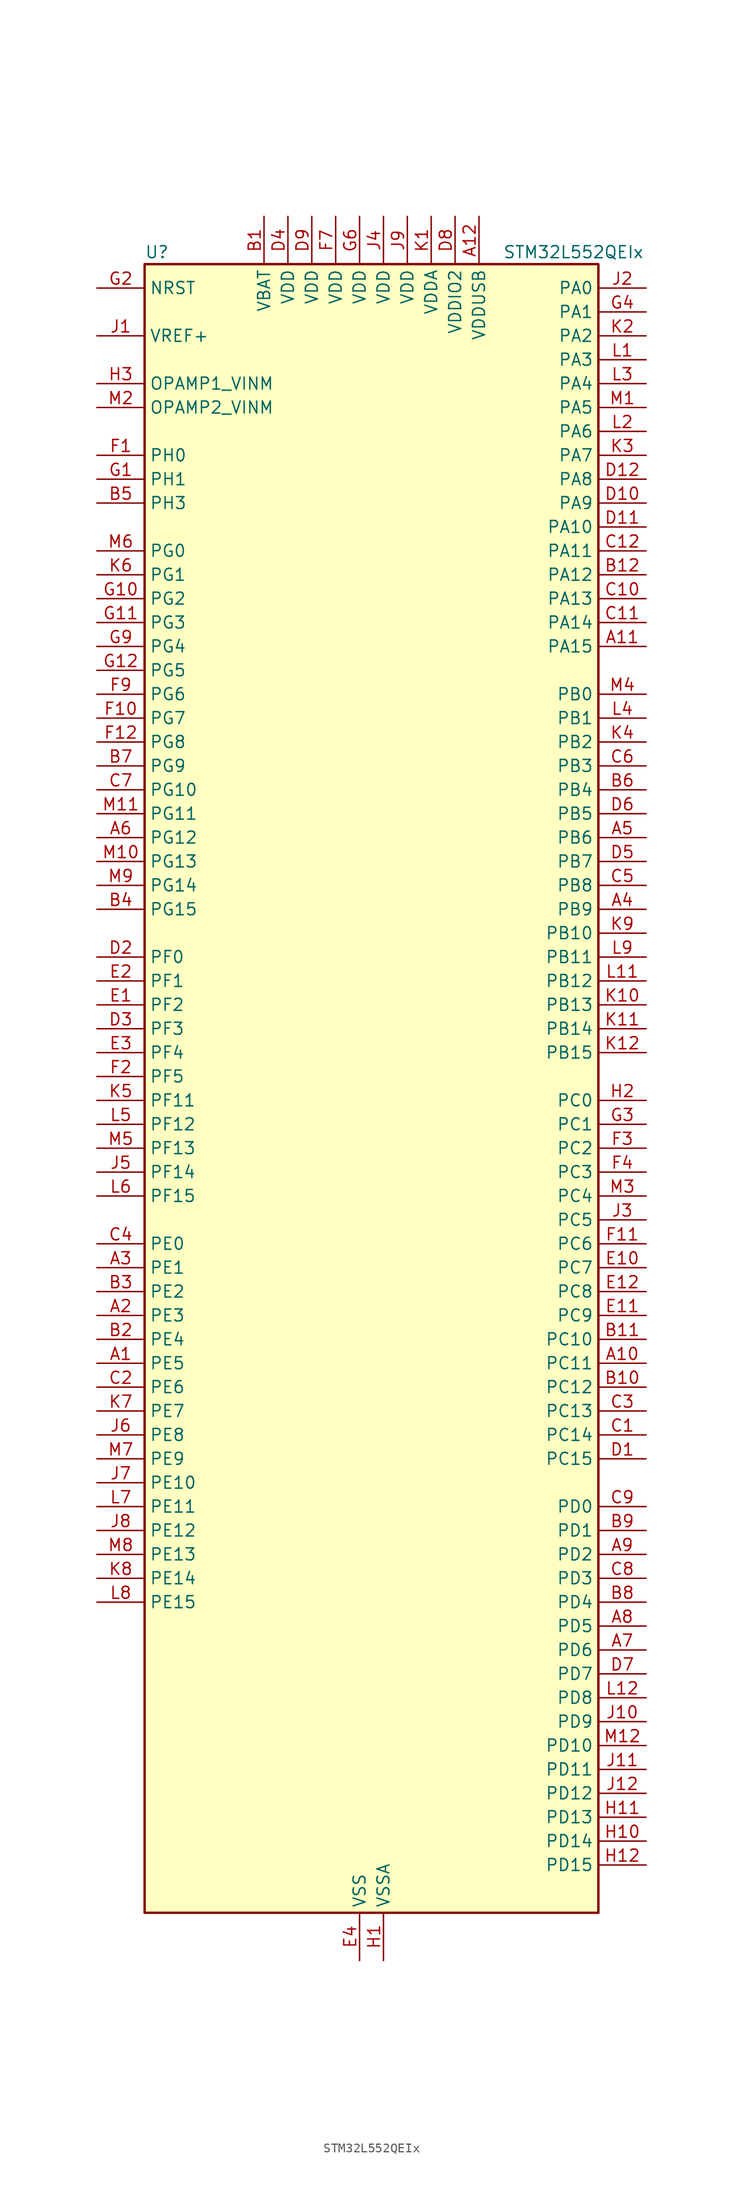
<source format=kicad_sym>
(kicad_symbol_lib
  (version 20231120)
  (generator "kicad_symbol_editor")
  (generator_version "8.0")
  (symbol "STM32L552QEIx"
    (property "Reference" "U"
      (at -22.86 90.17 0)
      (effects (font (size 1.27 1.27)) (justify left)))
    (property "Value" "STM32L552QEIx"
      (at 15.24 90.17 0)
      (effects (font (size 1.27 1.27)) (justify left)))
    (property "ki_locked" ""
      (at 0 0 0)
      (effects (font (size 1.27 1.27))))
    (symbol "STM32L552QEIx_0_1"
      (rectangle (start -22.86 -86.36) (end 25.4 88.9) (stroke (width 0.254) (type default)) (fill (type background))))
    (symbol "STM32L552QEIx_1_1"
      (pin bidirectional line (at -27.94 -27.94 0) (length 5.08) (name "PE5" (effects (font (size 1.27 1.27)))) (number "A1" (effects (font (size 1.27 1.27)))) (alternate "DEBUG_TRACED2" bidirectional line) (alternate "DFSDM1_CKIN3" bidirectional line) (alternate "FMC_A21" bidirectional line) (alternate "SAI1_CK2" bidirectional line) (alternate "SAI1_SCK_A" bidirectional line) (alternate "TIM3_CH3" bidirectional line) (alternate "TSC_G7_IO4" bidirectional line))
      (pin bidirectional line (at 30.48 -27.94 180) (length 5.08) (name "PC11" (effects (font (size 1.27 1.27)))) (number "A10" (effects (font (size 1.27 1.27)))) (alternate "ADC1_EXTI11" bidirectional line) (alternate "ADC2_EXTI11" bidirectional line) (alternate "LPTIM3_IN1" bidirectional line) (alternate "OCTOSPI1_NCS" bidirectional line) (alternate "SAI2_MCLK_B" bidirectional line) (alternate "SDMMC1_D3" bidirectional line) (alternate "SPI3_MISO" bidirectional line) (alternate "TSC_G3_IO3" bidirectional line) (alternate "UART4_RX" bidirectional line) (alternate "UCPD1_FRSTX2" bidirectional line) (alternate "USART3_RX" bidirectional line))
      (pin bidirectional line (at 30.48 48.26 180) (length 5.08) (name "PA15" (effects (font (size 1.27 1.27)))) (number "A11" (effects (font (size 1.27 1.27)))) (alternate "ADC1_EXTI15" bidirectional line) (alternate "ADC2_EXTI15" bidirectional line) (alternate "DEBUG_JTDI" bidirectional line) (alternate "SAI2_FS_B" bidirectional line) (alternate "SPI1_NSS" bidirectional line) (alternate "SPI3_NSS" bidirectional line) (alternate "TIM2_CH1" bidirectional line) (alternate "TIM2_ETR" bidirectional line) (alternate "UART4_DE" bidirectional line) (alternate "UART4_RTS" bidirectional line) (alternate "UCPD1_CC1" bidirectional line) (alternate "USART2_RX" bidirectional line) (alternate "USART3_DE" bidirectional line) (alternate "USART3_RTS" bidirectional line))
      (pin power_in line (at 12.7 93.98 270) (length 5.08) (name "VDDUSB" (effects (font (size 1.27 1.27)))) (number "A12" (effects (font (size 1.27 1.27)))))
      (pin bidirectional line (at -27.94 -22.86 0) (length 5.08) (name "PE3" (effects (font (size 1.27 1.27)))) (number "A2" (effects (font (size 1.27 1.27)))) (alternate "DEBUG_TRACED0" bidirectional line) (alternate "FMC_A19" bidirectional line) (alternate "OCTOSPI1_DQS" bidirectional line) (alternate "SAI1_SD_B" bidirectional line) (alternate "TIM3_CH1" bidirectional line) (alternate "TSC_G7_IO2" bidirectional line))
      (pin bidirectional line (at -27.94 -17.78 0) (length 5.08) (name "PE1" (effects (font (size 1.27 1.27)))) (number "A3" (effects (font (size 1.27 1.27)))) (alternate "FMC_NBL1" bidirectional line) (alternate "TIM17_CH1" bidirectional line))
      (pin bidirectional line (at 30.48 20.32 180) (length 5.08) (name "PB9" (effects (font (size 1.27 1.27)))) (number "A4" (effects (font (size 1.27 1.27)))) (alternate "DAC1_EXTI9" bidirectional line) (alternate "FDCAN1_TX" bidirectional line) (alternate "I2C1_SDA" bidirectional line) (alternate "IR_OUT" bidirectional line) (alternate "SAI1_D2" bidirectional line) (alternate "SAI1_FS_A" bidirectional line) (alternate "SDMMC1_CDIR" bidirectional line) (alternate "SDMMC1_D5" bidirectional line) (alternate "SPI2_NSS" bidirectional line) (alternate "TIM17_CH1" bidirectional line) (alternate "TIM4_CH4" bidirectional line))
      (pin bidirectional line (at 30.48 27.94 180) (length 5.08) (name "PB6" (effects (font (size 1.27 1.27)))) (number "A5" (effects (font (size 1.27 1.27)))) (alternate "COMP2_INP" bidirectional line) (alternate "I2C1_SCL" bidirectional line) (alternate "I2C4_SCL" bidirectional line) (alternate "LPTIM1_ETR" bidirectional line) (alternate "SAI1_FS_B" bidirectional line) (alternate "TIM16_CH1N" bidirectional line) (alternate "TIM4_CH1" bidirectional line) (alternate "TIM8_BKIN2" bidirectional line) (alternate "TSC_G2_IO3" bidirectional line) (alternate "USART1_TX" bidirectional line))
      (pin bidirectional line (at -27.94 27.94 0) (length 5.08) (name "PG12" (effects (font (size 1.27 1.27)))) (number "A6" (effects (font (size 1.27 1.27)))) (alternate "FMC_NE4" bidirectional line) (alternate "LPTIM1_ETR" bidirectional line) (alternate "SAI2_SD_A" bidirectional line) (alternate "SPI3_NSS" bidirectional line) (alternate "USART1_DE" bidirectional line) (alternate "USART1_RTS" bidirectional line))
      (pin bidirectional line (at 30.48 -58.42 180) (length 5.08) (name "PD6" (effects (font (size 1.27 1.27)))) (number "A7" (effects (font (size 1.27 1.27)))) (alternate "DFSDM1_DATIN1" bidirectional line) (alternate "FMC_NWAIT" bidirectional line) (alternate "OCTOSPI1_IO6" bidirectional line) (alternate "SAI1_D1" bidirectional line) (alternate "SAI1_SD_A" bidirectional line) (alternate "SPI3_MOSI" bidirectional line) (alternate "USART2_RX" bidirectional line))
      (pin bidirectional line (at 30.48 -55.88 180) (length 5.08) (name "PD5" (effects (font (size 1.27 1.27)))) (number "A8" (effects (font (size 1.27 1.27)))) (alternate "FMC_NWE" bidirectional line) (alternate "OCTOSPI1_IO5" bidirectional line) (alternate "USART2_TX" bidirectional line))
      (pin bidirectional line (at 30.48 -48.26 180) (length 5.08) (name "PD2" (effects (font (size 1.27 1.27)))) (number "A9" (effects (font (size 1.27 1.27)))) (alternate "DEBUG_TRACED2" bidirectional line) (alternate "SDMMC1_CMD" bidirectional line) (alternate "TIM3_ETR" bidirectional line) (alternate "TSC_SYNC" bidirectional line) (alternate "UART5_RX" bidirectional line) (alternate "USART3_DE" bidirectional line) (alternate "USART3_RTS" bidirectional line))
      (pin power_in line (at -10.16 93.98 270) (length 5.08) (name "VBAT" (effects (font (size 1.27 1.27)))) (number "B1" (effects (font (size 1.27 1.27)))))
      (pin bidirectional line (at 30.48 -30.48 180) (length 5.08) (name "PC12" (effects (font (size 1.27 1.27)))) (number "B10" (effects (font (size 1.27 1.27)))) (alternate "DEBUG_TRACED3" bidirectional line) (alternate "SAI2_SD_B" bidirectional line) (alternate "SDMMC1_CK" bidirectional line) (alternate "SPI3_MOSI" bidirectional line) (alternate "TSC_G3_IO4" bidirectional line) (alternate "UART5_TX" bidirectional line) (alternate "USART3_CK" bidirectional line))
      (pin bidirectional line (at 30.48 -25.4 180) (length 5.08) (name "PC10" (effects (font (size 1.27 1.27)))) (number "B11" (effects (font (size 1.27 1.27)))) (alternate "DEBUG_TRACED1" bidirectional line) (alternate "LPTIM3_ETR" bidirectional line) (alternate "SAI2_SCK_B" bidirectional line) (alternate "SDMMC1_D2" bidirectional line) (alternate "SPI3_SCK" bidirectional line) (alternate "TSC_G3_IO2" bidirectional line) (alternate "UART4_TX" bidirectional line) (alternate "USART3_TX" bidirectional line))
      (pin bidirectional line (at 30.48 55.88 180) (length 5.08) (name "PA12" (effects (font (size 1.27 1.27)))) (number "B12" (effects (font (size 1.27 1.27)))) (alternate "FDCAN1_TX" bidirectional line) (alternate "SPI1_MOSI" bidirectional line) (alternate "TIM1_ETR" bidirectional line) (alternate "USART1_DE" bidirectional line) (alternate "USART1_RTS" bidirectional line) (alternate "USB_DP" bidirectional line))
      (pin bidirectional line (at -27.94 -25.4 0) (length 5.08) (name "PE4" (effects (font (size 1.27 1.27)))) (number "B2" (effects (font (size 1.27 1.27)))) (alternate "DEBUG_TRACED1" bidirectional line) (alternate "DFSDM1_DATIN3" bidirectional line) (alternate "FMC_A20" bidirectional line) (alternate "SAI1_D2" bidirectional line) (alternate "SAI1_FS_A" bidirectional line) (alternate "TIM3_CH2" bidirectional line) (alternate "TSC_G7_IO3" bidirectional line))
      (pin bidirectional line (at -27.94 -20.32 0) (length 5.08) (name "PE2" (effects (font (size 1.27 1.27)))) (number "B3" (effects (font (size 1.27 1.27)))) (alternate "DEBUG_TRACECLK" bidirectional line) (alternate "FMC_A23" bidirectional line) (alternate "SAI1_CK1" bidirectional line) (alternate "SAI1_MCLK_A" bidirectional line) (alternate "TIM3_ETR" bidirectional line) (alternate "TSC_G7_IO1" bidirectional line))
      (pin bidirectional line (at -27.94 20.32 0) (length 5.08) (name "PG15" (effects (font (size 1.27 1.27)))) (number "B4" (effects (font (size 1.27 1.27)))) (alternate "ADC1_EXTI15" bidirectional line) (alternate "ADC2_EXTI15" bidirectional line) (alternate "I2C1_SMBA" bidirectional line) (alternate "LPTIM1_OUT" bidirectional line))
      (pin bidirectional line (at -27.94 63.5 0) (length 5.08) (name "PH3" (effects (font (size 1.27 1.27)))) (number "B5" (effects (font (size 1.27 1.27)))))
      (pin bidirectional line (at 30.48 33.02 180) (length 5.08) (name "PB4" (effects (font (size 1.27 1.27)))) (number "B6" (effects (font (size 1.27 1.27)))) (alternate "COMP2_INP" bidirectional line) (alternate "DEBUG_JTRST" bidirectional line) (alternate "I2C3_SDA" bidirectional line) (alternate "SAI1_MCLK_B" bidirectional line) (alternate "SPI1_MISO" bidirectional line) (alternate "SPI3_MISO" bidirectional line) (alternate "TIM17_BKIN" bidirectional line) (alternate "TIM3_CH1" bidirectional line) (alternate "TSC_G2_IO1" bidirectional line) (alternate "UART5_DE" bidirectional line) (alternate "UART5_RTS" bidirectional line) (alternate "USART1_CTS" bidirectional line) (alternate "USART1_NSS" bidirectional line))
      (pin bidirectional line (at -27.94 35.56 0) (length 5.08) (name "PG9" (effects (font (size 1.27 1.27)))) (number "B7" (effects (font (size 1.27 1.27)))) (alternate "DAC1_EXTI9" bidirectional line) (alternate "FMC_NCE" bidirectional line) (alternate "FMC_NE2" bidirectional line) (alternate "SAI2_SCK_A" bidirectional line) (alternate "SPI3_SCK" bidirectional line) (alternate "TIM15_CH1N" bidirectional line) (alternate "USART1_TX" bidirectional line))
      (pin bidirectional line (at 30.48 -53.34 180) (length 5.08) (name "PD4" (effects (font (size 1.27 1.27)))) (number "B8" (effects (font (size 1.27 1.27)))) (alternate "DFSDM1_CKIN0" bidirectional line) (alternate "FMC_NOE" bidirectional line) (alternate "OCTOSPI1_IO4" bidirectional line) (alternate "SPI2_MOSI" bidirectional line) (alternate "USART2_DE" bidirectional line) (alternate "USART2_RTS" bidirectional line))
      (pin bidirectional line (at 30.48 -45.72 180) (length 5.08) (name "PD1" (effects (font (size 1.27 1.27)))) (number "B9" (effects (font (size 1.27 1.27)))) (alternate "FDCAN1_TX" bidirectional line) (alternate "FMC_D3" bidirectional line) (alternate "FMC_DA3" bidirectional line) (alternate "SPI2_SCK" bidirectional line))
      (pin bidirectional line (at 30.48 -35.56 180) (length 5.08) (name "PC14" (effects (font (size 1.27 1.27)))) (number "C1" (effects (font (size 1.27 1.27)))) (alternate "RCC_OSC32_IN" bidirectional line))
      (pin bidirectional line (at 30.48 53.34 180) (length 5.08) (name "PA13" (effects (font (size 1.27 1.27)))) (number "C10" (effects (font (size 1.27 1.27)))) (alternate "DEBUG_JTMS-SWDIO" bidirectional line) (alternate "IR_OUT" bidirectional line) (alternate "SAI1_SD_B" bidirectional line) (alternate "USB_NOE" bidirectional line))
      (pin bidirectional line (at 30.48 50.8 180) (length 5.08) (name "PA14" (effects (font (size 1.27 1.27)))) (number "C11" (effects (font (size 1.27 1.27)))) (alternate "DEBUG_JTCK-SWCLK" bidirectional line) (alternate "I2C1_SMBA" bidirectional line) (alternate "I2C4_SMBA" bidirectional line) (alternate "LPTIM1_OUT" bidirectional line) (alternate "SAI1_FS_B" bidirectional line))
      (pin bidirectional line (at 30.48 58.42 180) (length 5.08) (name "PA11" (effects (font (size 1.27 1.27)))) (number "C12" (effects (font (size 1.27 1.27)))) (alternate "ADC1_EXTI11" bidirectional line) (alternate "ADC2_EXTI11" bidirectional line) (alternate "FDCAN1_RX" bidirectional line) (alternate "SPI1_MISO" bidirectional line) (alternate "TIM1_BKIN2" bidirectional line) (alternate "TIM1_CH4" bidirectional line) (alternate "USART1_CTS" bidirectional line) (alternate "USART1_NSS" bidirectional line) (alternate "USB_DM" bidirectional line))
      (pin bidirectional line (at -27.94 -30.48 0) (length 5.08) (name "PE6" (effects (font (size 1.27 1.27)))) (number "C2" (effects (font (size 1.27 1.27)))) (alternate "DEBUG_TRACED3" bidirectional line) (alternate "FMC_A22" bidirectional line) (alternate "PWR_WKUP3" bidirectional line) (alternate "SAI1_D1" bidirectional line) (alternate "SAI1_SD_A" bidirectional line) (alternate "TAMP_IN3" bidirectional line) (alternate "TAMP_OUT6" bidirectional line) (alternate "TIM3_CH4" bidirectional line))
      (pin bidirectional line (at 30.48 -33.02 180) (length 5.08) (name "PC13" (effects (font (size 1.27 1.27)))) (number "C3" (effects (font (size 1.27 1.27)))) (alternate "PWR_WKUP2" bidirectional line) (alternate "RTC_OUT1" bidirectional line) (alternate "RTC_TS" bidirectional line) (alternate "TAMP_IN1" bidirectional line) (alternate "TAMP_OUT2" bidirectional line))
      (pin bidirectional line (at -27.94 -15.24 0) (length 5.08) (name "PE0" (effects (font (size 1.27 1.27)))) (number "C4" (effects (font (size 1.27 1.27)))) (alternate "FMC_NBL0" bidirectional line) (alternate "TIM16_CH1" bidirectional line) (alternate "TIM4_ETR" bidirectional line))
      (pin bidirectional line (at 30.48 22.86 180) (length 5.08) (name "PB8" (effects (font (size 1.27 1.27)))) (number "C5" (effects (font (size 1.27 1.27)))) (alternate "DFSDM1_CKOUT" bidirectional line) (alternate "FDCAN1_RX" bidirectional line) (alternate "I2C1_SCL" bidirectional line) (alternate "SAI1_CK1" bidirectional line) (alternate "SAI1_MCLK_A" bidirectional line) (alternate "SDMMC1_CKIN" bidirectional line) (alternate "SDMMC1_D4" bidirectional line) (alternate "TIM16_CH1" bidirectional line) (alternate "TIM4_CH3" bidirectional line))
      (pin bidirectional line (at 30.48 35.56 180) (length 5.08) (name "PB3" (effects (font (size 1.27 1.27)))) (number "C6" (effects (font (size 1.27 1.27)))) (alternate "COMP2_INM" bidirectional line) (alternate "CRS_SYNC" bidirectional line) (alternate "DEBUG_JTDO-SWO" bidirectional line) (alternate "SAI1_SCK_B" bidirectional line) (alternate "SPI1_SCK" bidirectional line) (alternate "SPI3_SCK" bidirectional line) (alternate "TIM2_CH2" bidirectional line) (alternate "USART1_DE" bidirectional line) (alternate "USART1_RTS" bidirectional line))
      (pin bidirectional line (at -27.94 33.02 0) (length 5.08) (name "PG10" (effects (font (size 1.27 1.27)))) (number "C7" (effects (font (size 1.27 1.27)))) (alternate "FMC_NE3" bidirectional line) (alternate "LPTIM1_IN1" bidirectional line) (alternate "SAI2_FS_A" bidirectional line) (alternate "SPI3_MISO" bidirectional line) (alternate "TIM15_CH1" bidirectional line) (alternate "USART1_RX" bidirectional line))
      (pin bidirectional line (at 30.48 -50.8 180) (length 5.08) (name "PD3" (effects (font (size 1.27 1.27)))) (number "C8" (effects (font (size 1.27 1.27)))) (alternate "DFSDM1_DATIN0" bidirectional line) (alternate "FMC_CLK" bidirectional line) (alternate "SPI2_MISO" bidirectional line) (alternate "SPI2_SCK" bidirectional line) (alternate "USART2_CTS" bidirectional line) (alternate "USART2_NSS" bidirectional line))
      (pin bidirectional line (at 30.48 -43.18 180) (length 5.08) (name "PD0" (effects (font (size 1.27 1.27)))) (number "C9" (effects (font (size 1.27 1.27)))) (alternate "FDCAN1_RX" bidirectional line) (alternate "FMC_D2" bidirectional line) (alternate "FMC_DA2" bidirectional line) (alternate "SPI2_NSS" bidirectional line))
      (pin bidirectional line (at 30.48 -38.1 180) (length 5.08) (name "PC15" (effects (font (size 1.27 1.27)))) (number "D1" (effects (font (size 1.27 1.27)))) (alternate "ADC1_EXTI15" bidirectional line) (alternate "ADC2_EXTI15" bidirectional line) (alternate "RCC_OSC32_OUT" bidirectional line))
      (pin bidirectional line (at 30.48 63.5 180) (length 5.08) (name "PA9" (effects (font (size 1.27 1.27)))) (number "D10" (effects (font (size 1.27 1.27)))) (alternate "DAC1_EXTI9" bidirectional line) (alternate "SAI1_FS_A" bidirectional line) (alternate "SPI2_SCK" bidirectional line) (alternate "TIM15_BKIN" bidirectional line) (alternate "TIM1_CH2" bidirectional line) (alternate "USART1_TX" bidirectional line))
      (pin bidirectional line (at 30.48 60.96 180) (length 5.08) (name "PA10" (effects (font (size 1.27 1.27)))) (number "D11" (effects (font (size 1.27 1.27)))) (alternate "CRS_SYNC" bidirectional line) (alternate "SAI1_D1" bidirectional line) (alternate "SAI1_SD_A" bidirectional line) (alternate "TIM17_BKIN" bidirectional line) (alternate "TIM1_CH3" bidirectional line) (alternate "USART1_RX" bidirectional line))
      (pin bidirectional line (at 30.48 66.04 180) (length 5.08) (name "PA8" (effects (font (size 1.27 1.27)))) (number "D12" (effects (font (size 1.27 1.27)))) (alternate "LPTIM2_OUT" bidirectional line) (alternate "RCC_MCO" bidirectional line) (alternate "SAI1_CK2" bidirectional line) (alternate "SAI1_SCK_A" bidirectional line) (alternate "TIM1_CH1" bidirectional line) (alternate "USART1_CK" bidirectional line))
      (pin bidirectional line (at -27.94 15.24 0) (length 5.08) (name "PF0" (effects (font (size 1.27 1.27)))) (number "D2" (effects (font (size 1.27 1.27)))) (alternate "FMC_A0" bidirectional line) (alternate "I2C2_SDA" bidirectional line))
      (pin bidirectional line (at -27.94 7.62 0) (length 5.08) (name "PF3" (effects (font (size 1.27 1.27)))) (number "D3" (effects (font (size 1.27 1.27)))) (alternate "FMC_A3" bidirectional line) (alternate "LPTIM3_IN1" bidirectional line))
      (pin power_in line (at -7.62 93.98 270) (length 5.08) (name "VDD" (effects (font (size 1.27 1.27)))) (number "D4" (effects (font (size 1.27 1.27)))))
      (pin bidirectional line (at 30.48 25.4 180) (length 5.08) (name "PB7" (effects (font (size 1.27 1.27)))) (number "D5" (effects (font (size 1.27 1.27)))) (alternate "COMP2_INM" bidirectional line) (alternate "FMC_NL" bidirectional line) (alternate "I2C1_SDA" bidirectional line) (alternate "I2C4_SDA" bidirectional line) (alternate "LPTIM1_IN2" bidirectional line) (alternate "PWR_PVD_IN" bidirectional line) (alternate "TIM17_CH1N" bidirectional line) (alternate "TIM4_CH2" bidirectional line) (alternate "TIM8_BKIN" bidirectional line) (alternate "TSC_G2_IO4" bidirectional line) (alternate "UART4_CTS" bidirectional line) (alternate "USART1_RX" bidirectional line))
      (pin bidirectional line (at 30.48 30.48 180) (length 5.08) (name "PB5" (effects (font (size 1.27 1.27)))) (number "D6" (effects (font (size 1.27 1.27)))) (alternate "COMP2_OUT" bidirectional line) (alternate "I2C1_SMBA" bidirectional line) (alternate "LPTIM1_IN1" bidirectional line) (alternate "OCTOSPI1_NCLK" bidirectional line) (alternate "SAI1_SD_B" bidirectional line) (alternate "SPI1_MOSI" bidirectional line) (alternate "SPI3_MOSI" bidirectional line) (alternate "TIM16_BKIN" bidirectional line) (alternate "TIM3_CH2" bidirectional line) (alternate "TSC_G2_IO2" bidirectional line) (alternate "UART5_CTS" bidirectional line) (alternate "UCPD1_DBCC1" bidirectional line) (alternate "USART1_CK" bidirectional line))
      (pin bidirectional line (at 30.48 -60.96 180) (length 5.08) (name "PD7" (effects (font (size 1.27 1.27)))) (number "D7" (effects (font (size 1.27 1.27)))) (alternate "DFSDM1_CKIN1" bidirectional line) (alternate "FMC_NCE" bidirectional line) (alternate "FMC_NE1" bidirectional line) (alternate "OCTOSPI1_IO7" bidirectional line) (alternate "USART2_CK" bidirectional line))
      (pin power_in line (at 10.16 93.98 270) (length 5.08) (name "VDDIO2" (effects (font (size 1.27 1.27)))) (number "D8" (effects (font (size 1.27 1.27)))))
      (pin power_in line (at -5.08 93.98 270) (length 5.08) (name "VDD" (effects (font (size 1.27 1.27)))) (number "D9" (effects (font (size 1.27 1.27)))))
      (pin bidirectional line (at -27.94 10.16 0) (length 5.08) (name "PF2" (effects (font (size 1.27 1.27)))) (number "E1" (effects (font (size 1.27 1.27)))) (alternate "FMC_A2" bidirectional line) (alternate "I2C2_SMBA" bidirectional line))
      (pin bidirectional line (at 30.48 -17.78 180) (length 5.08) (name "PC7" (effects (font (size 1.27 1.27)))) (number "E10" (effects (font (size 1.27 1.27)))) (alternate "DFSDM1_DATIN3" bidirectional line) (alternate "SAI2_MCLK_B" bidirectional line) (alternate "SDMMC1_D123DIR" bidirectional line) (alternate "SDMMC1_D7" bidirectional line) (alternate "TIM3_CH2" bidirectional line) (alternate "TIM8_CH2" bidirectional line) (alternate "TSC_G4_IO2" bidirectional line))
      (pin bidirectional line (at 30.48 -22.86 180) (length 5.08) (name "PC9" (effects (font (size 1.27 1.27)))) (number "E11" (effects (font (size 1.27 1.27)))) (alternate "DAC1_EXTI9" bidirectional line) (alternate "DEBUG_TRACED0" bidirectional line) (alternate "SAI2_EXTCLK" bidirectional line) (alternate "SDMMC1_D1" bidirectional line) (alternate "TIM3_CH4" bidirectional line) (alternate "TIM8_BKIN2" bidirectional line) (alternate "TIM8_CH4" bidirectional line) (alternate "TSC_G4_IO4" bidirectional line) (alternate "USB_NOE" bidirectional line))
      (pin bidirectional line (at 30.48 -20.32 180) (length 5.08) (name "PC8" (effects (font (size 1.27 1.27)))) (number "E12" (effects (font (size 1.27 1.27)))) (alternate "SDMMC1_D0" bidirectional line) (alternate "TIM3_CH3" bidirectional line) (alternate "TIM8_CH3" bidirectional line) (alternate "TSC_G4_IO3" bidirectional line))
      (pin bidirectional line (at -27.94 12.7 0) (length 5.08) (name "PF1" (effects (font (size 1.27 1.27)))) (number "E2" (effects (font (size 1.27 1.27)))) (alternate "FMC_A1" bidirectional line) (alternate "I2C2_SCL" bidirectional line))
      (pin bidirectional line (at -27.94 5.08 0) (length 5.08) (name "PF4" (effects (font (size 1.27 1.27)))) (number "E3" (effects (font (size 1.27 1.27)))) (alternate "FMC_A4" bidirectional line) (alternate "LPTIM3_ETR" bidirectional line))
      (pin power_in line (at 0 -91.44 90) (length 5.08) (name "VSS" (effects (font (size 1.27 1.27)))) (number "E4" (effects (font (size 1.27 1.27)))))
      (pin passive line (at 0 -91.44 90) (length 5.08) hide (name "VSS" (effects (font (size 1.27 1.27)))) (number "E9" (effects (font (size 1.27 1.27)))))
      (pin bidirectional line (at -27.94 68.58 0) (length 5.08) (name "PH0" (effects (font (size 1.27 1.27)))) (number "F1" (effects (font (size 1.27 1.27)))) (alternate "RCC_OSC_IN" bidirectional line))
      (pin bidirectional line (at -27.94 40.64 0) (length 5.08) (name "PG7" (effects (font (size 1.27 1.27)))) (number "F10" (effects (font (size 1.27 1.27)))) (alternate "DFSDM1_CKOUT" bidirectional line) (alternate "FMC_INT" bidirectional line) (alternate "I2C3_SCL" bidirectional line) (alternate "LPUART1_TX" bidirectional line) (alternate "SAI1_CK1" bidirectional line) (alternate "SAI1_MCLK_A" bidirectional line) (alternate "UCPD1_FRSTX2" bidirectional line))
      (pin bidirectional line (at 30.48 -15.24 180) (length 5.08) (name "PC6" (effects (font (size 1.27 1.27)))) (number "F11" (effects (font (size 1.27 1.27)))) (alternate "DFSDM1_CKIN3" bidirectional line) (alternate "SAI2_MCLK_A" bidirectional line) (alternate "SDMMC1_D0DIR" bidirectional line) (alternate "SDMMC1_D6" bidirectional line) (alternate "TIM3_CH1" bidirectional line) (alternate "TIM8_CH1" bidirectional line) (alternate "TSC_G4_IO1" bidirectional line))
      (pin bidirectional line (at -27.94 38.1 0) (length 5.08) (name "PG8" (effects (font (size 1.27 1.27)))) (number "F12" (effects (font (size 1.27 1.27)))) (alternate "I2C3_SDA" bidirectional line) (alternate "LPUART1_RX" bidirectional line))
      (pin bidirectional line (at -27.94 2.54 0) (length 5.08) (name "PF5" (effects (font (size 1.27 1.27)))) (number "F2" (effects (font (size 1.27 1.27)))) (alternate "FMC_A5" bidirectional line) (alternate "LPTIM3_OUT" bidirectional line))
      (pin bidirectional line (at 30.48 -5.08 180) (length 5.08) (name "PC2" (effects (font (size 1.27 1.27)))) (number "F3" (effects (font (size 1.27 1.27)))) (alternate "ADC1_IN3" bidirectional line) (alternate "ADC2_IN3" bidirectional line) (alternate "DFSDM1_CKOUT" bidirectional line) (alternate "LPTIM1_IN2" bidirectional line) (alternate "OCTOSPI1_IO5" bidirectional line) (alternate "SPI2_MISO" bidirectional line))
      (pin bidirectional line (at 30.48 -7.62 180) (length 5.08) (name "PC3" (effects (font (size 1.27 1.27)))) (number "F4" (effects (font (size 1.27 1.27)))) (alternate "ADC1_IN4" bidirectional line) (alternate "ADC2_IN4" bidirectional line) (alternate "LPTIM1_ETR" bidirectional line) (alternate "LPTIM2_ETR" bidirectional line) (alternate "LPTIM3_OUT" bidirectional line) (alternate "OCTOSPI1_IO6" bidirectional line) (alternate "SAI1_D1" bidirectional line) (alternate "SAI1_SD_A" bidirectional line) (alternate "SPI2_MOSI" bidirectional line))
      (pin passive line (at 0 -91.44 90) (length 5.08) hide (name "VSS" (effects (font (size 1.27 1.27)))) (number "F6" (effects (font (size 1.27 1.27)))))
      (pin power_in line (at -2.54 93.98 270) (length 5.08) (name "VDD" (effects (font (size 1.27 1.27)))) (number "F7" (effects (font (size 1.27 1.27)))))
      (pin bidirectional line (at -27.94 43.18 0) (length 5.08) (name "PG6" (effects (font (size 1.27 1.27)))) (number "F9" (effects (font (size 1.27 1.27)))) (alternate "I2C3_SMBA" bidirectional line) (alternate "LPUART1_DE" bidirectional line) (alternate "LPUART1_RTS" bidirectional line) (alternate "OCTOSPI1_DQS" bidirectional line) (alternate "UCPD1_FRSTX1" bidirectional line))
      (pin bidirectional line (at -27.94 66.04 0) (length 5.08) (name "PH1" (effects (font (size 1.27 1.27)))) (number "G1" (effects (font (size 1.27 1.27)))) (alternate "RCC_OSC_OUT" bidirectional line))
      (pin bidirectional line (at -27.94 53.34 0) (length 5.08) (name "PG2" (effects (font (size 1.27 1.27)))) (number "G10" (effects (font (size 1.27 1.27)))) (alternate "FMC_A12" bidirectional line) (alternate "SAI2_SCK_B" bidirectional line) (alternate "SPI1_SCK" bidirectional line))
      (pin bidirectional line (at -27.94 50.8 0) (length 5.08) (name "PG3" (effects (font (size 1.27 1.27)))) (number "G11" (effects (font (size 1.27 1.27)))) (alternate "FMC_A13" bidirectional line) (alternate "SAI2_FS_B" bidirectional line) (alternate "SPI1_MISO" bidirectional line))
      (pin bidirectional line (at -27.94 45.72 0) (length 5.08) (name "PG5" (effects (font (size 1.27 1.27)))) (number "G12" (effects (font (size 1.27 1.27)))) (alternate "FMC_A15" bidirectional line) (alternate "LPUART1_CTS" bidirectional line) (alternate "SAI2_SD_B" bidirectional line) (alternate "SPI1_NSS" bidirectional line))
      (pin input line (at -27.94 86.36 0) (length 5.08) (name "NRST" (effects (font (size 1.27 1.27)))) (number "G2" (effects (font (size 1.27 1.27)))))
      (pin bidirectional line (at 30.48 -2.54 180) (length 5.08) (name "PC1" (effects (font (size 1.27 1.27)))) (number "G3" (effects (font (size 1.27 1.27)))) (alternate "ADC1_IN2" bidirectional line) (alternate "ADC2_IN2" bidirectional line) (alternate "DEBUG_TRACED0" bidirectional line) (alternate "I2C3_SDA" bidirectional line) (alternate "LPTIM1_OUT" bidirectional line) (alternate "LPUART1_TX" bidirectional line) (alternate "OCTOSPI1_IO4" bidirectional line) (alternate "SAI1_SD_A" bidirectional line) (alternate "SPI2_MOSI" bidirectional line))
      (pin bidirectional line (at 30.48 83.82 180) (length 5.08) (name "PA1" (effects (font (size 1.27 1.27)))) (number "G4" (effects (font (size 1.27 1.27)))) (alternate "ADC1_IN6" bidirectional line) (alternate "ADC2_IN6" bidirectional line) (alternate "I2C1_SMBA" bidirectional line) (alternate "OCTOSPI1_DQS" bidirectional line) (alternate "OPAMP1_VINM" bidirectional line) (alternate "SPI1_SCK" bidirectional line) (alternate "TAMP_IN5" bidirectional line) (alternate "TAMP_OUT4" bidirectional line) (alternate "TIM15_CH1N" bidirectional line) (alternate "TIM2_CH2" bidirectional line) (alternate "TIM5_CH2" bidirectional line) (alternate "UART4_RX" bidirectional line) (alternate "USART2_DE" bidirectional line) (alternate "USART2_RTS" bidirectional line))
      (pin power_in line (at 0 93.98 270) (length 5.08) (name "VDD" (effects (font (size 1.27 1.27)))) (number "G6" (effects (font (size 1.27 1.27)))))
      (pin passive line (at 0 -91.44 90) (length 5.08) hide (name "VSS" (effects (font (size 1.27 1.27)))) (number "G7" (effects (font (size 1.27 1.27)))))
      (pin bidirectional line (at -27.94 48.26 0) (length 5.08) (name "PG4" (effects (font (size 1.27 1.27)))) (number "G9" (effects (font (size 1.27 1.27)))) (alternate "FMC_A14" bidirectional line) (alternate "SAI2_MCLK_B" bidirectional line) (alternate "SPI1_MOSI" bidirectional line))
      (pin power_in line (at 2.54 -91.44 90) (length 5.08) (name "VSSA" (effects (font (size 1.27 1.27)))) (number "H1" (effects (font (size 1.27 1.27)))))
      (pin bidirectional line (at 30.48 -78.74 180) (length 5.08) (name "PD14" (effects (font (size 1.27 1.27)))) (number "H10" (effects (font (size 1.27 1.27)))) (alternate "FMC_D0" bidirectional line) (alternate "FMC_DA0" bidirectional line) (alternate "TIM4_CH3" bidirectional line))
      (pin bidirectional line (at 30.48 -76.2 180) (length 5.08) (name "PD13" (effects (font (size 1.27 1.27)))) (number "H11" (effects (font (size 1.27 1.27)))) (alternate "FMC_A18" bidirectional line) (alternate "I2C4_SDA" bidirectional line) (alternate "LPTIM2_OUT" bidirectional line) (alternate "TIM4_CH2" bidirectional line) (alternate "TSC_G6_IO4" bidirectional line))
      (pin bidirectional line (at 30.48 -81.28 180) (length 5.08) (name "PD15" (effects (font (size 1.27 1.27)))) (number "H12" (effects (font (size 1.27 1.27)))) (alternate "ADC1_EXTI15" bidirectional line) (alternate "ADC2_EXTI15" bidirectional line) (alternate "FMC_D1" bidirectional line) (alternate "FMC_DA1" bidirectional line) (alternate "TIM4_CH4" bidirectional line))
      (pin bidirectional line (at 30.48 0 180) (length 5.08) (name "PC0" (effects (font (size 1.27 1.27)))) (number "H2" (effects (font (size 1.27 1.27)))) (alternate "ADC1_IN1" bidirectional line) (alternate "ADC2_IN1" bidirectional line) (alternate "I2C3_SCL" bidirectional line) (alternate "LPTIM1_IN1" bidirectional line) (alternate "LPTIM2_IN1" bidirectional line) (alternate "LPUART1_RX" bidirectional line) (alternate "OCTOSPI1_IO7" bidirectional line) (alternate "SAI2_FS_A" bidirectional line) (alternate "SDMMC1_D5" bidirectional line))
      (pin bidirectional line (at -27.94 76.2 0) (length 5.08) (name "OPAMP1_VINM" (effects (font (size 1.27 1.27)))) (number "H3" (effects (font (size 1.27 1.27)))) (alternate "OPAMP1_VINM" bidirectional line))
      (pin passive line (at 0 -91.44 90) (length 5.08) hide (name "VSS" (effects (font (size 1.27 1.27)))) (number "H4" (effects (font (size 1.27 1.27)))))
      (pin passive line (at 0 -91.44 90) (length 5.08) hide (name "VSS" (effects (font (size 1.27 1.27)))) (number "H9" (effects (font (size 1.27 1.27)))))
      (pin input line (at -27.94 81.28 0) (length 5.08) (name "VREF+" (effects (font (size 1.27 1.27)))) (number "J1" (effects (font (size 1.27 1.27)))) (alternate "VREFBUF_OUT" bidirectional line))
      (pin bidirectional line (at 30.48 -66.04 180) (length 5.08) (name "PD9" (effects (font (size 1.27 1.27)))) (number "J10" (effects (font (size 1.27 1.27)))) (alternate "DAC1_EXTI9" bidirectional line) (alternate "FMC_D14" bidirectional line) (alternate "FMC_DA14" bidirectional line) (alternate "SAI2_MCLK_A" bidirectional line) (alternate "USART3_RX" bidirectional line))
      (pin bidirectional line (at 30.48 -71.12 180) (length 5.08) (name "PD11" (effects (font (size 1.27 1.27)))) (number "J11" (effects (font (size 1.27 1.27)))) (alternate "ADC1_EXTI11" bidirectional line) (alternate "ADC2_EXTI11" bidirectional line) (alternate "FMC_A16" bidirectional line) (alternate "FMC_CLE" bidirectional line) (alternate "I2C4_SMBA" bidirectional line) (alternate "LPTIM2_ETR" bidirectional line) (alternate "SAI2_SD_A" bidirectional line) (alternate "TSC_G6_IO2" bidirectional line) (alternate "USART3_CTS" bidirectional line) (alternate "USART3_NSS" bidirectional line))
      (pin bidirectional line (at 30.48 -73.66 180) (length 5.08) (name "PD12" (effects (font (size 1.27 1.27)))) (number "J12" (effects (font (size 1.27 1.27)))) (alternate "FMC_A17" bidirectional line) (alternate "FMC_ALE" bidirectional line) (alternate "I2C4_SCL" bidirectional line) (alternate "LPTIM2_IN1" bidirectional line) (alternate "SAI2_FS_A" bidirectional line) (alternate "TIM4_CH1" bidirectional line) (alternate "TSC_G6_IO3" bidirectional line) (alternate "USART3_DE" bidirectional line) (alternate "USART3_RTS" bidirectional line))
      (pin bidirectional line (at 30.48 86.36 180) (length 5.08) (name "PA0" (effects (font (size 1.27 1.27)))) (number "J2" (effects (font (size 1.27 1.27)))) (alternate "ADC1_IN5" bidirectional line) (alternate "ADC2_IN5" bidirectional line) (alternate "OPAMP1_VINP" bidirectional line) (alternate "PWR_WKUP1" bidirectional line) (alternate "SAI1_EXTCLK" bidirectional line) (alternate "TAMP_IN2" bidirectional line) (alternate "TAMP_OUT1" bidirectional line) (alternate "TIM2_CH1" bidirectional line) (alternate "TIM2_ETR" bidirectional line) (alternate "TIM5_CH1" bidirectional line) (alternate "TIM8_ETR" bidirectional line) (alternate "UART4_TX" bidirectional line) (alternate "USART2_CTS" bidirectional line) (alternate "USART2_NSS" bidirectional line))
      (pin bidirectional line (at 30.48 -12.7 180) (length 5.08) (name "PC5" (effects (font (size 1.27 1.27)))) (number "J3" (effects (font (size 1.27 1.27)))) (alternate "ADC1_IN14" bidirectional line) (alternate "ADC2_IN14" bidirectional line) (alternate "COMP1_INP" bidirectional line) (alternate "PWR_WKUP5" bidirectional line) (alternate "SAI1_D3" bidirectional line) (alternate "TAMP_IN4" bidirectional line) (alternate "TAMP_OUT5" bidirectional line) (alternate "USART3_RX" bidirectional line))
      (pin power_in line (at 2.54 93.98 270) (length 5.08) (name "VDD" (effects (font (size 1.27 1.27)))) (number "J4" (effects (font (size 1.27 1.27)))))
      (pin bidirectional line (at -27.94 -7.62 0) (length 5.08) (name "PF14" (effects (font (size 1.27 1.27)))) (number "J5" (effects (font (size 1.27 1.27)))) (alternate "FMC_A8" bidirectional line) (alternate "I2C4_SCL" bidirectional line) (alternate "TSC_G8_IO1" bidirectional line))
      (pin bidirectional line (at -27.94 -35.56 0) (length 5.08) (name "PE8" (effects (font (size 1.27 1.27)))) (number "J6" (effects (font (size 1.27 1.27)))) (alternate "DFSDM1_CKIN2" bidirectional line) (alternate "FMC_D5" bidirectional line) (alternate "FMC_DA5" bidirectional line) (alternate "SAI1_SCK_B" bidirectional line) (alternate "TIM1_CH1N" bidirectional line))
      (pin bidirectional line (at -27.94 -40.64 0) (length 5.08) (name "PE10" (effects (font (size 1.27 1.27)))) (number "J7" (effects (font (size 1.27 1.27)))) (alternate "FMC_D7" bidirectional line) (alternate "FMC_DA7" bidirectional line) (alternate "OCTOSPI1_CLK" bidirectional line) (alternate "SAI1_MCLK_B" bidirectional line) (alternate "TIM1_CH2N" bidirectional line) (alternate "TSC_G5_IO1" bidirectional line))
      (pin bidirectional line (at -27.94 -45.72 0) (length 5.08) (name "PE12" (effects (font (size 1.27 1.27)))) (number "J8" (effects (font (size 1.27 1.27)))) (alternate "FMC_D9" bidirectional line) (alternate "FMC_DA9" bidirectional line) (alternate "OCTOSPI1_IO0" bidirectional line) (alternate "SPI1_NSS" bidirectional line) (alternate "TIM1_CH3N" bidirectional line) (alternate "TSC_G5_IO3" bidirectional line))
      (pin power_in line (at 5.08 93.98 270) (length 5.08) (name "VDD" (effects (font (size 1.27 1.27)))) (number "J9" (effects (font (size 1.27 1.27)))))
      (pin power_in line (at 7.62 93.98 270) (length 5.08) (name "VDDA" (effects (font (size 1.27 1.27)))) (number "K1" (effects (font (size 1.27 1.27)))))
      (pin bidirectional line (at 30.48 10.16 180) (length 5.08) (name "PB13" (effects (font (size 1.27 1.27)))) (number "K10" (effects (font (size 1.27 1.27)))) (alternate "DFSDM1_CKIN1" bidirectional line) (alternate "I2C2_SCL" bidirectional line) (alternate "LPTIM3_IN1" bidirectional line) (alternate "LPUART1_CTS" bidirectional line) (alternate "SAI2_SCK_A" bidirectional line) (alternate "SPI2_SCK" bidirectional line) (alternate "TIM15_CH1N" bidirectional line) (alternate "TIM1_CH1N" bidirectional line) (alternate "TSC_G1_IO2" bidirectional line) (alternate "UCPD1_FRSTX2" bidirectional line) (alternate "USART3_CTS" bidirectional line) (alternate "USART3_NSS" bidirectional line))
      (pin bidirectional line (at 30.48 7.62 180) (length 5.08) (name "PB14" (effects (font (size 1.27 1.27)))) (number "K11" (effects (font (size 1.27 1.27)))) (alternate "DFSDM1_DATIN2" bidirectional line) (alternate "I2C2_SDA" bidirectional line) (alternate "LPTIM3_ETR" bidirectional line) (alternate "SAI2_MCLK_A" bidirectional line) (alternate "SPI2_MISO" bidirectional line) (alternate "TIM15_CH1" bidirectional line) (alternate "TIM1_CH2N" bidirectional line) (alternate "TIM8_CH2N" bidirectional line) (alternate "TSC_G1_IO3" bidirectional line) (alternate "UCPD1_DBCC2" bidirectional line) (alternate "USART3_DE" bidirectional line) (alternate "USART3_RTS" bidirectional line))
      (pin bidirectional line (at 30.48 5.08 180) (length 5.08) (name "PB15" (effects (font (size 1.27 1.27)))) (number "K12" (effects (font (size 1.27 1.27)))) (alternate "ADC1_EXTI15" bidirectional line) (alternate "ADC2_EXTI15" bidirectional line) (alternate "DFSDM1_CKIN2" bidirectional line) (alternate "RTC_REFIN" bidirectional line) (alternate "SAI2_SD_A" bidirectional line) (alternate "SPI2_MOSI" bidirectional line) (alternate "TIM15_CH2" bidirectional line) (alternate "TIM1_CH3N" bidirectional line) (alternate "TIM8_CH3N" bidirectional line) (alternate "UCPD1_CC2" bidirectional line))
      (pin bidirectional line (at 30.48 81.28 180) (length 5.08) (name "PA2" (effects (font (size 1.27 1.27)))) (number "K2" (effects (font (size 1.27 1.27)))) (alternate "ADC1_IN7" bidirectional line) (alternate "ADC2_IN7" bidirectional line) (alternate "COMP1_INP" bidirectional line) (alternate "LPUART1_TX" bidirectional line) (alternate "OCTOSPI1_NCS" bidirectional line) (alternate "PWR_WKUP4" bidirectional line) (alternate "RCC_LSCO" bidirectional line) (alternate "SAI2_EXTCLK" bidirectional line) (alternate "TIM15_CH1" bidirectional line) (alternate "TIM2_CH3" bidirectional line) (alternate "TIM5_CH3" bidirectional line) (alternate "UCPD1_FRSTX1" bidirectional line) (alternate "USART2_TX" bidirectional line))
      (pin bidirectional line (at 30.48 68.58 180) (length 5.08) (name "PA7" (effects (font (size 1.27 1.27)))) (number "K3" (effects (font (size 1.27 1.27)))) (alternate "ADC1_IN12" bidirectional line) (alternate "ADC2_IN12" bidirectional line) (alternate "I2C3_SCL" bidirectional line) (alternate "OCTOSPI1_IO2" bidirectional line) (alternate "OPAMP2_VINM" bidirectional line) (alternate "SPI1_MOSI" bidirectional line) (alternate "TIM17_CH1" bidirectional line) (alternate "TIM1_CH1N" bidirectional line) (alternate "TIM3_CH2" bidirectional line) (alternate "TIM8_CH1N" bidirectional line))
      (pin bidirectional line (at 30.48 38.1 180) (length 5.08) (name "PB2" (effects (font (size 1.27 1.27)))) (number "K4" (effects (font (size 1.27 1.27)))) (alternate "COMP1_INP" bidirectional line) (alternate "DFSDM1_CKIN0" bidirectional line) (alternate "I2C3_SMBA" bidirectional line) (alternate "LPTIM1_OUT" bidirectional line) (alternate "OCTOSPI1_DQS" bidirectional line) (alternate "RTC_OUT2" bidirectional line) (alternate "UCPD1_FRSTX1" bidirectional line))
      (pin bidirectional line (at -27.94 0 0) (length 5.08) (name "PF11" (effects (font (size 1.27 1.27)))) (number "K5" (effects (font (size 1.27 1.27)))) (alternate "ADC1_EXTI11" bidirectional line) (alternate "ADC2_EXTI11" bidirectional line) (alternate "OCTOSPI1_NCLK" bidirectional line))
      (pin bidirectional line (at -27.94 55.88 0) (length 5.08) (name "PG1" (effects (font (size 1.27 1.27)))) (number "K6" (effects (font (size 1.27 1.27)))) (alternate "FMC_A11" bidirectional line) (alternate "TSC_G8_IO4" bidirectional line))
      (pin bidirectional line (at -27.94 -33.02 0) (length 5.08) (name "PE7" (effects (font (size 1.27 1.27)))) (number "K7" (effects (font (size 1.27 1.27)))) (alternate "DFSDM1_DATIN2" bidirectional line) (alternate "FMC_D4" bidirectional line) (alternate "FMC_DA4" bidirectional line) (alternate "SAI1_SD_B" bidirectional line) (alternate "TIM1_ETR" bidirectional line))
      (pin bidirectional line (at -27.94 -50.8 0) (length 5.08) (name "PE14" (effects (font (size 1.27 1.27)))) (number "K8" (effects (font (size 1.27 1.27)))) (alternate "FMC_D11" bidirectional line) (alternate "FMC_DA11" bidirectional line) (alternate "OCTOSPI1_IO2" bidirectional line) (alternate "SPI1_MISO" bidirectional line) (alternate "TIM1_BKIN2" bidirectional line) (alternate "TIM1_CH4" bidirectional line))
      (pin bidirectional line (at 30.48 17.78 180) (length 5.08) (name "PB10" (effects (font (size 1.27 1.27)))) (number "K9" (effects (font (size 1.27 1.27)))) (alternate "COMP1_OUT" bidirectional line) (alternate "I2C2_SCL" bidirectional line) (alternate "I2C4_SCL" bidirectional line) (alternate "LPTIM3_OUT" bidirectional line) (alternate "LPUART1_RX" bidirectional line) (alternate "OCTOSPI1_CLK" bidirectional line) (alternate "SAI1_SCK_A" bidirectional line) (alternate "SPI2_SCK" bidirectional line) (alternate "TIM2_CH3" bidirectional line) (alternate "TSC_SYNC" bidirectional line) (alternate "USART3_TX" bidirectional line))
      (pin bidirectional line (at 30.48 78.74 180) (length 5.08) (name "PA3" (effects (font (size 1.27 1.27)))) (number "L1" (effects (font (size 1.27 1.27)))) (alternate "ADC1_IN8" bidirectional line) (alternate "ADC2_IN8" bidirectional line) (alternate "LPUART1_RX" bidirectional line) (alternate "OCTOSPI1_CLK" bidirectional line) (alternate "OPAMP1_VOUT" bidirectional line) (alternate "SAI1_CK1" bidirectional line) (alternate "SAI1_MCLK_A" bidirectional line) (alternate "TIM15_CH2" bidirectional line) (alternate "TIM2_CH4" bidirectional line) (alternate "TIM5_CH4" bidirectional line) (alternate "USART2_RX" bidirectional line))
      (pin passive line (at 0 -91.44 90) (length 5.08) hide (name "VSS" (effects (font (size 1.27 1.27)))) (number "L10" (effects (font (size 1.27 1.27)))))
      (pin bidirectional line (at 30.48 12.7 180) (length 5.08) (name "PB12" (effects (font (size 1.27 1.27)))) (number "L11" (effects (font (size 1.27 1.27)))) (alternate "DFSDM1_DATIN1" bidirectional line) (alternate "I2C2_SMBA" bidirectional line) (alternate "LPUART1_DE" bidirectional line) (alternate "LPUART1_RTS" bidirectional line) (alternate "OCTOSPI1_NCLK" bidirectional line) (alternate "SAI2_FS_A" bidirectional line) (alternate "SPI2_NSS" bidirectional line) (alternate "TIM15_BKIN" bidirectional line) (alternate "TIM1_BKIN" bidirectional line) (alternate "TSC_G1_IO1" bidirectional line) (alternate "USART3_CK" bidirectional line))
      (pin bidirectional line (at 30.48 -63.5 180) (length 5.08) (name "PD8" (effects (font (size 1.27 1.27)))) (number "L12" (effects (font (size 1.27 1.27)))) (alternate "FMC_D13" bidirectional line) (alternate "FMC_DA13" bidirectional line) (alternate "USART3_TX" bidirectional line))
      (pin bidirectional line (at 30.48 71.12 180) (length 5.08) (name "PA6" (effects (font (size 1.27 1.27)))) (number "L2" (effects (font (size 1.27 1.27)))) (alternate "ADC1_IN11" bidirectional line) (alternate "ADC2_IN11" bidirectional line) (alternate "LPUART1_CTS" bidirectional line) (alternate "OCTOSPI1_IO3" bidirectional line) (alternate "OPAMP2_VINP" bidirectional line) (alternate "SPI1_MISO" bidirectional line) (alternate "TIM16_CH1" bidirectional line) (alternate "TIM1_BKIN" bidirectional line) (alternate "TIM3_CH1" bidirectional line) (alternate "TIM8_BKIN" bidirectional line) (alternate "USART3_CTS" bidirectional line) (alternate "USART3_NSS" bidirectional line))
      (pin bidirectional line (at 30.48 76.2 180) (length 5.08) (name "PA4" (effects (font (size 1.27 1.27)))) (number "L3" (effects (font (size 1.27 1.27)))) (alternate "ADC1_IN9" bidirectional line) (alternate "ADC2_IN9" bidirectional line) (alternate "DAC1_OUT1" bidirectional line) (alternate "LPTIM2_OUT" bidirectional line) (alternate "OCTOSPI1_NCS" bidirectional line) (alternate "SAI1_FS_B" bidirectional line) (alternate "SPI1_NSS" bidirectional line) (alternate "SPI3_NSS" bidirectional line) (alternate "USART2_CK" bidirectional line))
      (pin bidirectional line (at 30.48 40.64 180) (length 5.08) (name "PB1" (effects (font (size 1.27 1.27)))) (number "L4" (effects (font (size 1.27 1.27)))) (alternate "ADC1_IN16" bidirectional line) (alternate "ADC2_IN16" bidirectional line) (alternate "COMP1_INM" bidirectional line) (alternate "DFSDM1_DATIN0" bidirectional line) (alternate "LPTIM2_IN1" bidirectional line) (alternate "LPUART1_DE" bidirectional line) (alternate "LPUART1_RTS" bidirectional line) (alternate "OCTOSPI1_IO0" bidirectional line) (alternate "TIM1_CH3N" bidirectional line) (alternate "TIM3_CH4" bidirectional line) (alternate "TIM8_CH3N" bidirectional line) (alternate "USART3_DE" bidirectional line) (alternate "USART3_RTS" bidirectional line))
      (pin bidirectional line (at -27.94 -2.54 0) (length 5.08) (name "PF12" (effects (font (size 1.27 1.27)))) (number "L5" (effects (font (size 1.27 1.27)))) (alternate "FMC_A6" bidirectional line))
      (pin bidirectional line (at -27.94 -10.16 0) (length 5.08) (name "PF15" (effects (font (size 1.27 1.27)))) (number "L6" (effects (font (size 1.27 1.27)))) (alternate "ADC1_EXTI15" bidirectional line) (alternate "ADC2_EXTI15" bidirectional line) (alternate "FMC_A9" bidirectional line) (alternate "I2C4_SDA" bidirectional line) (alternate "TSC_G8_IO2" bidirectional line))
      (pin bidirectional line (at -27.94 -43.18 0) (length 5.08) (name "PE11" (effects (font (size 1.27 1.27)))) (number "L7" (effects (font (size 1.27 1.27)))) (alternate "ADC1_EXTI11" bidirectional line) (alternate "ADC2_EXTI11" bidirectional line) (alternate "FMC_D8" bidirectional line) (alternate "FMC_DA8" bidirectional line) (alternate "OCTOSPI1_NCS" bidirectional line) (alternate "TIM1_CH2" bidirectional line) (alternate "TSC_G5_IO2" bidirectional line))
      (pin bidirectional line (at -27.94 -53.34 0) (length 5.08) (name "PE15" (effects (font (size 1.27 1.27)))) (number "L8" (effects (font (size 1.27 1.27)))) (alternate "ADC1_EXTI15" bidirectional line) (alternate "ADC2_EXTI15" bidirectional line) (alternate "FMC_D12" bidirectional line) (alternate "FMC_DA12" bidirectional line) (alternate "OCTOSPI1_IO3" bidirectional line) (alternate "SPI1_MOSI" bidirectional line) (alternate "TIM1_BKIN" bidirectional line))
      (pin bidirectional line (at 30.48 15.24 180) (length 5.08) (name "PB11" (effects (font (size 1.27 1.27)))) (number "L9" (effects (font (size 1.27 1.27)))) (alternate "ADC1_EXTI11" bidirectional line) (alternate "ADC2_EXTI11" bidirectional line) (alternate "COMP2_OUT" bidirectional line) (alternate "I2C2_SDA" bidirectional line) (alternate "I2C4_SDA" bidirectional line) (alternate "LPUART1_TX" bidirectional line) (alternate "OCTOSPI1_NCS" bidirectional line) (alternate "TIM2_CH4" bidirectional line) (alternate "USART3_RX" bidirectional line))
      (pin bidirectional line (at 30.48 73.66 180) (length 5.08) (name "PA5" (effects (font (size 1.27 1.27)))) (number "M1" (effects (font (size 1.27 1.27)))) (alternate "ADC1_IN10" bidirectional line) (alternate "ADC2_IN10" bidirectional line) (alternate "DAC1_OUT2" bidirectional line) (alternate "LPTIM2_ETR" bidirectional line) (alternate "SPI1_SCK" bidirectional line) (alternate "TIM2_CH1" bidirectional line) (alternate "TIM2_ETR" bidirectional line) (alternate "TIM8_CH1N" bidirectional line))
      (pin bidirectional line (at -27.94 25.4 0) (length 5.08) (name "PG13" (effects (font (size 1.27 1.27)))) (number "M10" (effects (font (size 1.27 1.27)))) (alternate "FMC_A24" bidirectional line) (alternate "I2C1_SDA" bidirectional line) (alternate "USART1_CK" bidirectional line))
      (pin bidirectional line (at -27.94 30.48 0) (length 5.08) (name "PG11" (effects (font (size 1.27 1.27)))) (number "M11" (effects (font (size 1.27 1.27)))) (alternate "ADC1_EXTI11" bidirectional line) (alternate "ADC2_EXTI11" bidirectional line) (alternate "LPTIM1_IN2" bidirectional line) (alternate "OCTOSPI1_IO5" bidirectional line) (alternate "SAI2_MCLK_A" bidirectional line) (alternate "SPI3_MOSI" bidirectional line) (alternate "TIM15_CH2" bidirectional line) (alternate "USART1_CTS" bidirectional line) (alternate "USART1_NSS" bidirectional line))
      (pin bidirectional line (at 30.48 -68.58 180) (length 5.08) (name "PD10" (effects (font (size 1.27 1.27)))) (number "M12" (effects (font (size 1.27 1.27)))) (alternate "FMC_D15" bidirectional line) (alternate "FMC_DA15" bidirectional line) (alternate "SAI2_SCK_A" bidirectional line) (alternate "TSC_G6_IO1" bidirectional line) (alternate "USART3_CK" bidirectional line))
      (pin bidirectional line (at -27.94 73.66 0) (length 5.08) (name "OPAMP2_VINM" (effects (font (size 1.27 1.27)))) (number "M2" (effects (font (size 1.27 1.27)))) (alternate "OPAMP2_VINM" bidirectional line))
      (pin bidirectional line (at 30.48 -10.16 180) (length 5.08) (name "PC4" (effects (font (size 1.27 1.27)))) (number "M3" (effects (font (size 1.27 1.27)))) (alternate "ADC1_IN13" bidirectional line) (alternate "ADC2_IN13" bidirectional line) (alternate "COMP1_INM" bidirectional line) (alternate "OCTOSPI1_IO7" bidirectional line) (alternate "USART3_TX" bidirectional line))
      (pin bidirectional line (at 30.48 43.18 180) (length 5.08) (name "PB0" (effects (font (size 1.27 1.27)))) (number "M4" (effects (font (size 1.27 1.27)))) (alternate "ADC1_IN15" bidirectional line) (alternate "ADC2_IN15" bidirectional line) (alternate "COMP1_OUT" bidirectional line) (alternate "OCTOSPI1_IO1" bidirectional line) (alternate "OPAMP2_VOUT" bidirectional line) (alternate "SAI1_EXTCLK" bidirectional line) (alternate "SPI1_NSS" bidirectional line) (alternate "TIM1_CH2N" bidirectional line) (alternate "TIM3_CH3" bidirectional line) (alternate "TIM8_CH2N" bidirectional line) (alternate "USART3_CK" bidirectional line))
      (pin bidirectional line (at -27.94 -5.08 0) (length 5.08) (name "PF13" (effects (font (size 1.27 1.27)))) (number "M5" (effects (font (size 1.27 1.27)))) (alternate "FMC_A7" bidirectional line) (alternate "I2C4_SMBA" bidirectional line))
      (pin bidirectional line (at -27.94 58.42 0) (length 5.08) (name "PG0" (effects (font (size 1.27 1.27)))) (number "M6" (effects (font (size 1.27 1.27)))) (alternate "FMC_A10" bidirectional line) (alternate "TSC_G8_IO3" bidirectional line))
      (pin bidirectional line (at -27.94 -38.1 0) (length 5.08) (name "PE9" (effects (font (size 1.27 1.27)))) (number "M7" (effects (font (size 1.27 1.27)))) (alternate "DAC1_EXTI9" bidirectional line) (alternate "DFSDM1_CKOUT" bidirectional line) (alternate "FMC_D6" bidirectional line) (alternate "FMC_DA6" bidirectional line) (alternate "OCTOSPI1_NCLK" bidirectional line) (alternate "SAI1_FS_B" bidirectional line) (alternate "TIM1_CH1" bidirectional line))
      (pin bidirectional line (at -27.94 -48.26 0) (length 5.08) (name "PE13" (effects (font (size 1.27 1.27)))) (number "M8" (effects (font (size 1.27 1.27)))) (alternate "FMC_D10" bidirectional line) (alternate "FMC_DA10" bidirectional line) (alternate "OCTOSPI1_IO1" bidirectional line) (alternate "SPI1_SCK" bidirectional line) (alternate "TIM1_CH3" bidirectional line) (alternate "TSC_G5_IO4" bidirectional line))
      (pin bidirectional line (at -27.94 22.86 0) (length 5.08) (name "PG14" (effects (font (size 1.27 1.27)))) (number "M9" (effects (font (size 1.27 1.27)))) (alternate "FMC_A25" bidirectional line) (alternate "I2C1_SCL" bidirectional line)))))
</source>
